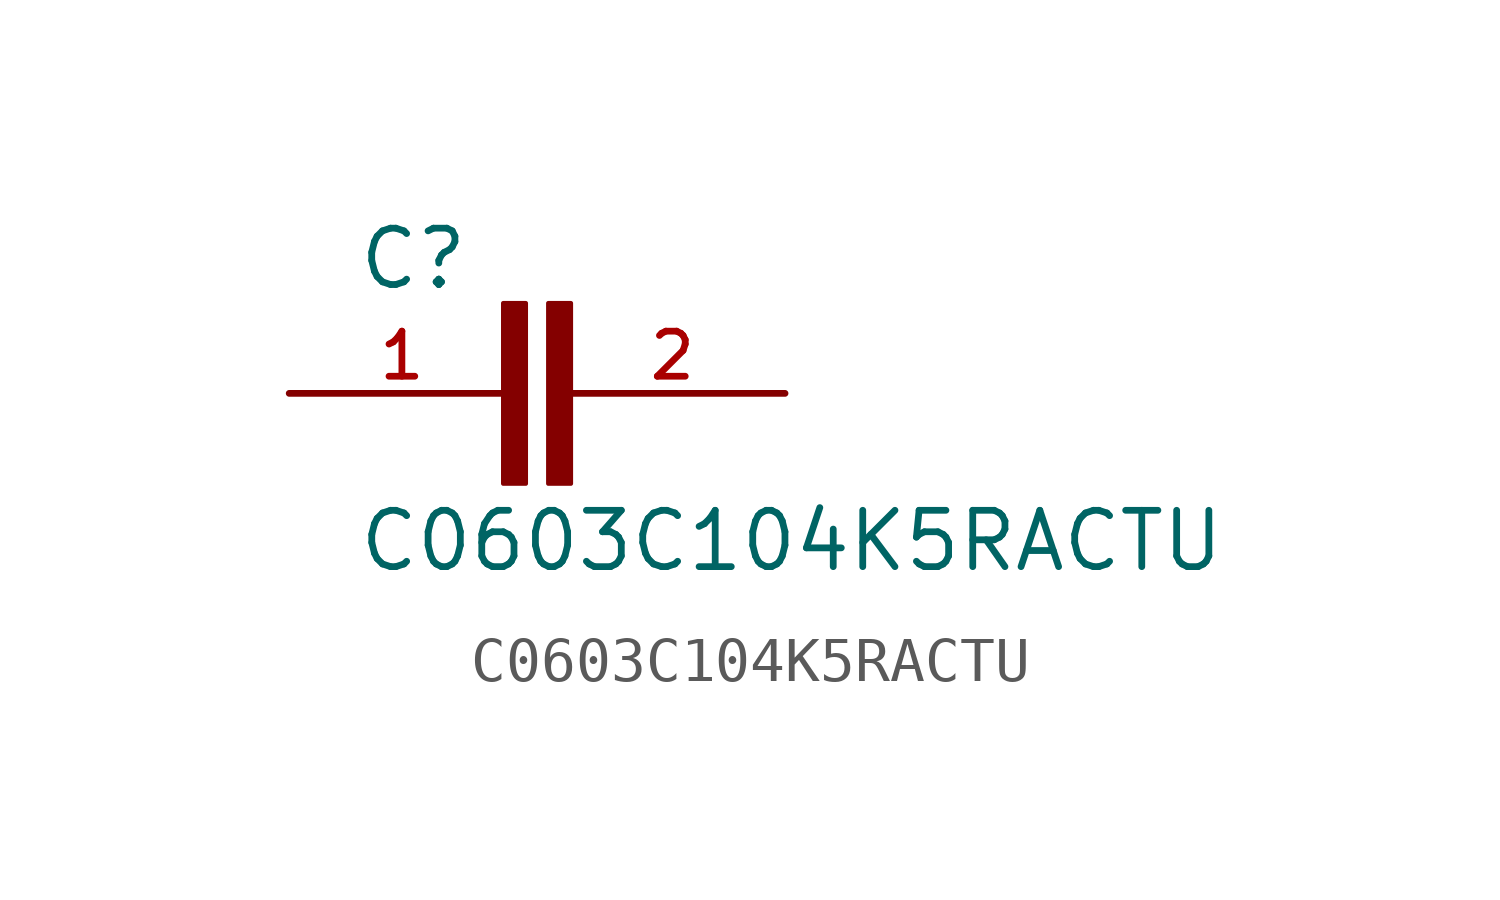
<source format=kicad_sym>
(kicad_symbol_lib
  (version 20211014)
  (generator kicad_symbol_editor)
  (symbol "C0603C104K5RACTU"
    (pin_names
      (offset 1.016))
    (property "Reference" "C"
      (at -4.07 2.29 0)
      (effects (font (size 1.27 1.27)) (justify bottom left)))
    (property "Value" "C0603C104K5RACTU"
      (at -4.069 -4.069 0)
      (effects (font (size 1.27 1.27)) (justify bottom left)))
    (symbol "C0603C104K5RACTU_0_0"
      (rectangle (start -0.764 -2.034) (end -0.255 2.033) (stroke (width 0.1)) (fill (type outline)))
      (rectangle (start 0.252 -2.034) (end 0.761 2.033) (stroke (width 0.1)) (fill (type outline)))
      (pin passive line (at -5.588 0.0 0) (length 5.08) (name "~" (effects (font (size 1.016 1.016)))) (number "1" (effects (font (size 1.016 1.016)))))
      (pin passive line (at 5.588 0.0 180.0) (length 5.08) (name "~" (effects (font (size 1.016 1.016)))) (number "2" (effects (font (size 1.016 1.016))))))))
</source>
